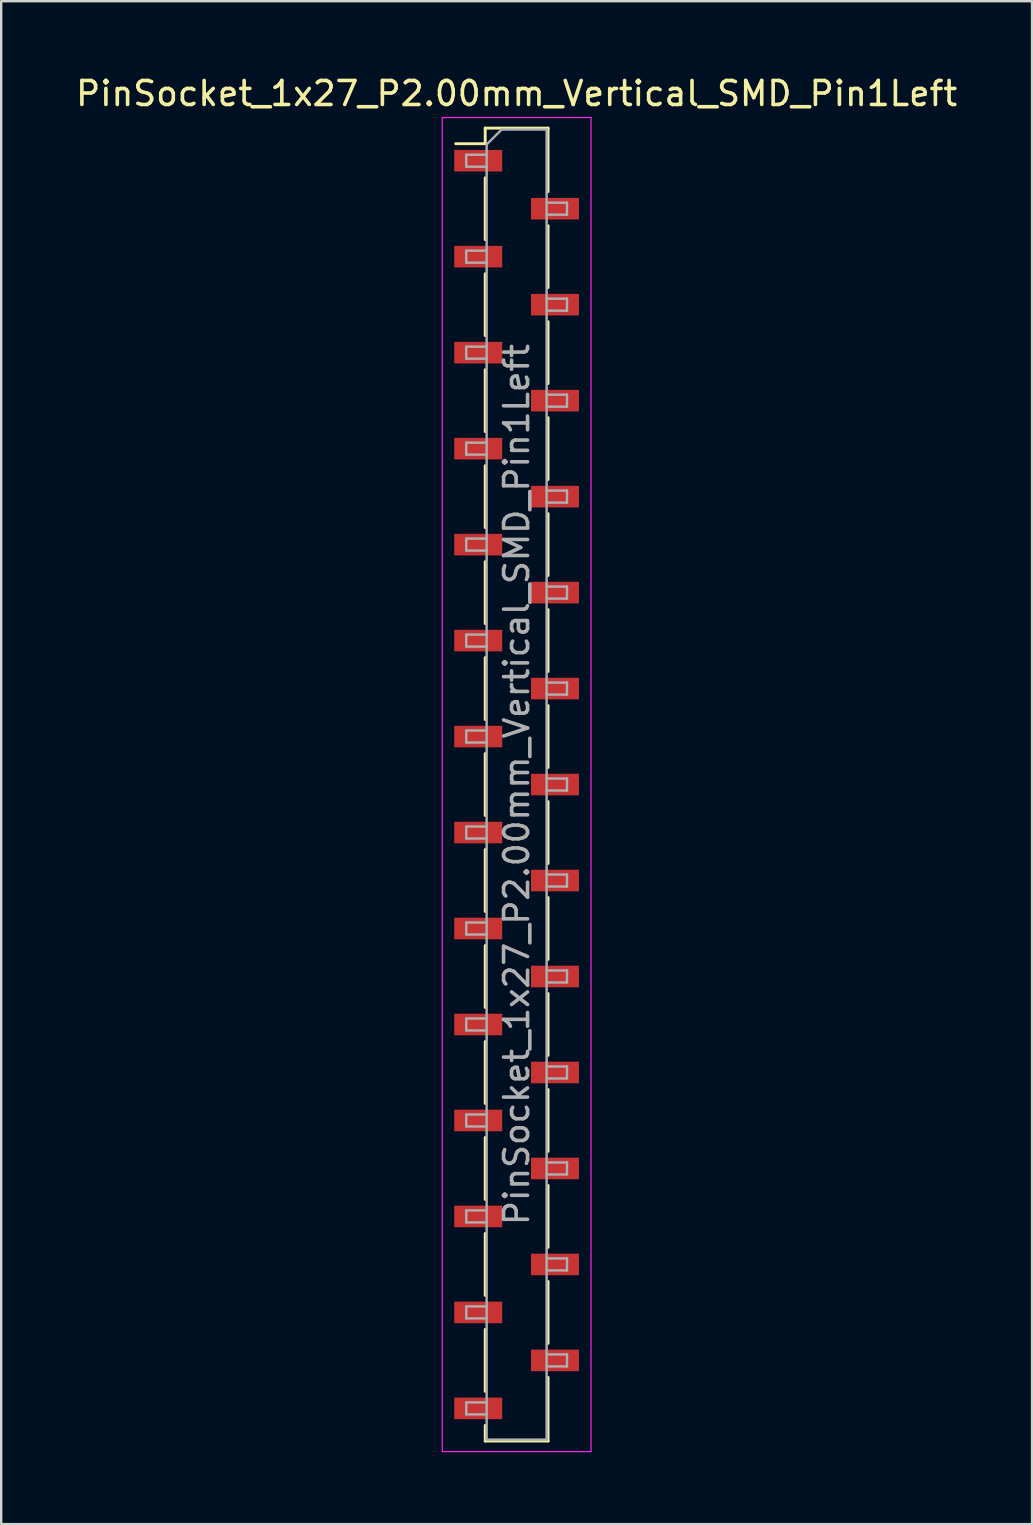
<source format=kicad_pcb>
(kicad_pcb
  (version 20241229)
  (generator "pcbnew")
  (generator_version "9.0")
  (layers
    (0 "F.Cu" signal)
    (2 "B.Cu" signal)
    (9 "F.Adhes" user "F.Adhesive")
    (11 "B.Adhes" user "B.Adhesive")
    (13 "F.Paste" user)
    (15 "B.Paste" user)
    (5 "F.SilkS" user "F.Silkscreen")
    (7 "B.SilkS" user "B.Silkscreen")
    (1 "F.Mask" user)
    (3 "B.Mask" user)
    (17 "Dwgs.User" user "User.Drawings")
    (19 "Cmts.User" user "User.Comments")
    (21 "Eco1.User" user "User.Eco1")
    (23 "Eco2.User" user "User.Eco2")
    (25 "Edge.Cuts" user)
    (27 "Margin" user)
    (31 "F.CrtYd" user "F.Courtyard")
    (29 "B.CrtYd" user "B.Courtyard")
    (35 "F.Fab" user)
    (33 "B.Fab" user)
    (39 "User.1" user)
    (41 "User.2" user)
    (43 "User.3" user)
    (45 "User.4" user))
  (footprint "PinSocket_1x27_P2.00mm_Vertical_SMD_Pin1Left"
    (layer "F.Cu")
    (at 18.482 29.648)
    (property "Reference" "PinSocket_1x27_P2.00mm_Vertical_SMD_Pin1Left" (at 0 -28.8 0) (layer "F.SilkS") (effects (font (size 1 1) (thickness 0.15))))
    (attr smd)
    (fp_line (start -2.54 -26.71) (end -1.31 -26.71) (stroke (width 0.12) (type solid)) (layer "F.SilkS"))
    (fp_line (start -1.31 -27.36) (end -1.31 -26.71) (stroke (width 0.12) (type solid)) (layer "F.SilkS"))
    (fp_line (start -1.31 -27.36) (end 1.31 -27.36) (stroke (width 0.12) (type solid)) (layer "F.SilkS"))
    (fp_line (start -1.31 -25.29) (end -1.31 -22.71) (stroke (width 0.12) (type solid)) (layer "F.SilkS"))
    (fp_line (start -1.31 -21.29) (end -1.31 -18.71) (stroke (width 0.12) (type solid)) (layer "F.SilkS"))
    (fp_line (start -1.31 -17.29) (end -1.31 -14.71) (stroke (width 0.12) (type solid)) (layer "F.SilkS"))
    (fp_line (start -1.31 -13.29) (end -1.31 -10.71) (stroke (width 0.12) (type solid)) (layer "F.SilkS"))
    (fp_line (start -1.31 -9.29) (end -1.31 -6.71) (stroke (width 0.12) (type solid)) (layer "F.SilkS"))
    (fp_line (start -1.31 -5.29) (end -1.31 -2.71) (stroke (width 0.12) (type solid)) (layer "F.SilkS"))
    (fp_line (start -1.31 -1.29) (end -1.31 1.29) (stroke (width 0.12) (type solid)) (layer "F.SilkS"))
    (fp_line (start -1.31 2.71) (end -1.31 5.29) (stroke (width 0.12) (type solid)) (layer "F.SilkS"))
    (fp_line (start -1.31 6.71) (end -1.31 9.29) (stroke (width 0.12) (type solid)) (layer "F.SilkS"))
    (fp_line (start -1.31 10.71) (end -1.31 13.29) (stroke (width 0.12) (type solid)) (layer "F.SilkS"))
    (fp_line (start -1.31 14.71) (end -1.31 17.29) (stroke (width 0.12) (type solid)) (layer "F.SilkS"))
    (fp_line (start -1.31 18.71) (end -1.31 21.29) (stroke (width 0.12) (type solid)) (layer "F.SilkS"))
    (fp_line (start -1.31 22.71) (end -1.31 25.29) (stroke (width 0.12) (type solid)) (layer "F.SilkS"))
    (fp_line (start -1.31 26.71) (end -1.31 27.36) (stroke (width 0.12) (type solid)) (layer "F.SilkS"))
    (fp_line (start -1.31 27.36) (end 1.31 27.36) (stroke (width 0.12) (type solid)) (layer "F.SilkS"))
    (fp_line (start 1.31 -27.36) (end 1.31 -24.71) (stroke (width 0.12) (type solid)) (layer "F.SilkS"))
    (fp_line (start 1.31 -23.29) (end 1.31 -20.71) (stroke (width 0.12) (type solid)) (layer "F.SilkS"))
    (fp_line (start 1.31 -19.29) (end 1.31 -16.71) (stroke (width 0.12) (type solid)) (layer "F.SilkS"))
    (fp_line (start 1.31 -15.29) (end 1.31 -12.71) (stroke (width 0.12) (type solid)) (layer "F.SilkS"))
    (fp_line (start 1.31 -11.29) (end 1.31 -8.71) (stroke (width 0.12) (type solid)) (layer "F.SilkS"))
    (fp_line (start 1.31 -7.29) (end 1.31 -4.71) (stroke (width 0.12) (type solid)) (layer "F.SilkS"))
    (fp_line (start 1.31 -3.29) (end 1.31 -0.71) (stroke (width 0.12) (type solid)) (layer "F.SilkS"))
    (fp_line (start 1.31 0.71) (end 1.31 3.29) (stroke (width 0.12) (type solid)) (layer "F.SilkS"))
    (fp_line (start 1.31 4.71) (end 1.31 7.29) (stroke (width 0.12) (type solid)) (layer "F.SilkS"))
    (fp_line (start 1.31 8.71) (end 1.31 11.29) (stroke (width 0.12) (type solid)) (layer "F.SilkS"))
    (fp_line (start 1.31 12.71) (end 1.31 15.29) (stroke (width 0.12) (type solid)) (layer "F.SilkS"))
    (fp_line (start 1.31 16.71) (end 1.31 19.29) (stroke (width 0.12) (type solid)) (layer "F.SilkS"))
    (fp_line (start 1.31 20.71) (end 1.31 23.29) (stroke (width 0.12) (type solid)) (layer "F.SilkS"))
    (fp_line (start 1.31 24.71) (end 1.31 27.36) (stroke (width 0.12) (type solid)) (layer "F.SilkS"))
    (fp_line (start -3.1 -27.8) (end 3.1 -27.8) (stroke (width 0.05) (type solid)) (layer "F.CrtYd"))
    (fp_line (start -3.1 27.8) (end -3.1 -27.8) (stroke (width 0.05) (type solid)) (layer "F.CrtYd"))
    (fp_line (start 3.1 -27.8) (end 3.1 27.8) (stroke (width 0.05) (type solid)) (layer "F.CrtYd"))
    (fp_line (start 3.1 27.8) (end -3.1 27.8) (stroke (width 0.05) (type solid)) (layer "F.CrtYd"))
    (fp_line (start -2.1 -26.25) (end -1.25 -26.25) (stroke (width 0.1) (type solid)) (layer "F.Fab"))
    (fp_line (start -2.1 -25.75) (end -2.1 -26.25) (stroke (width 0.1) (type solid)) (layer "F.Fab"))
    (fp_line (start -2.1 -22.25) (end -1.25 -22.25) (stroke (width 0.1) (type solid)) (layer "F.Fab"))
    (fp_line (start -2.1 -21.75) (end -2.1 -22.25) (stroke (width 0.1) (type solid)) (layer "F.Fab"))
    (fp_line (start -2.1 -18.25) (end -1.25 -18.25) (stroke (width 0.1) (type solid)) (layer "F.Fab"))
    (fp_line (start -2.1 -17.75) (end -2.1 -18.25) (stroke (width 0.1) (type solid)) (layer "F.Fab"))
    (fp_line (start -2.1 -14.25) (end -1.25 -14.25) (stroke (width 0.1) (type solid)) (layer "F.Fab"))
    (fp_line (start -2.1 -13.75) (end -2.1 -14.25) (stroke (width 0.1) (type solid)) (layer "F.Fab"))
    (fp_line (start -2.1 -10.25) (end -1.25 -10.25) (stroke (width 0.1) (type solid)) (layer "F.Fab"))
    (fp_line (start -2.1 -9.75) (end -2.1 -10.25) (stroke (width 0.1) (type solid)) (layer "F.Fab"))
    (fp_line (start -2.1 -6.25) (end -1.25 -6.25) (stroke (width 0.1) (type solid)) (layer "F.Fab"))
    (fp_line (start -2.1 -5.75) (end -2.1 -6.25) (stroke (width 0.1) (type solid)) (layer "F.Fab"))
    (fp_line (start -2.1 -2.25) (end -1.25 -2.25) (stroke (width 0.1) (type solid)) (layer "F.Fab"))
    (fp_line (start -2.1 -1.75) (end -2.1 -2.25) (stroke (width 0.1) (type solid)) (layer "F.Fab"))
    (fp_line (start -2.1 1.75) (end -1.25 1.75) (stroke (width 0.1) (type solid)) (layer "F.Fab"))
    (fp_line (start -2.1 2.25) (end -2.1 1.75) (stroke (width 0.1) (type solid)) (layer "F.Fab"))
    (fp_line (start -2.1 5.75) (end -1.25 5.75) (stroke (width 0.1) (type solid)) (layer "F.Fab"))
    (fp_line (start -2.1 6.25) (end -2.1 5.75) (stroke (width 0.1) (type solid)) (layer "F.Fab"))
    (fp_line (start -2.1 9.75) (end -1.25 9.75) (stroke (width 0.1) (type solid)) (layer "F.Fab"))
    (fp_line (start -2.1 10.25) (end -2.1 9.75) (stroke (width 0.1) (type solid)) (layer "F.Fab"))
    (fp_line (start -2.1 13.75) (end -1.25 13.75) (stroke (width 0.1) (type solid)) (layer "F.Fab"))
    (fp_line (start -2.1 14.25) (end -2.1 13.75) (stroke (width 0.1) (type solid)) (layer "F.Fab"))
    (fp_line (start -2.1 17.75) (end -1.25 17.75) (stroke (width 0.1) (type solid)) (layer "F.Fab"))
    (fp_line (start -2.1 18.25) (end -2.1 17.75) (stroke (width 0.1) (type solid)) (layer "F.Fab"))
    (fp_line (start -2.1 21.75) (end -1.25 21.75) (stroke (width 0.1) (type solid)) (layer "F.Fab"))
    (fp_line (start -2.1 22.25) (end -2.1 21.75) (stroke (width 0.1) (type solid)) (layer "F.Fab"))
    (fp_line (start -2.1 25.75) (end -1.25 25.75) (stroke (width 0.1) (type solid)) (layer "F.Fab"))
    (fp_line (start -2.1 26.25) (end -2.1 25.75) (stroke (width 0.1) (type solid)) (layer "F.Fab"))
    (fp_line (start -1.25 -26.675) (end -0.625 -27.3) (stroke (width 0.1) (type solid)) (layer "F.Fab"))
    (fp_line (start -1.25 -25.75) (end -2.1 -25.75) (stroke (width 0.1) (type solid)) (layer "F.Fab"))
    (fp_line (start -1.25 -21.75) (end -2.1 -21.75) (stroke (width 0.1) (type solid)) (layer "F.Fab"))
    (fp_line (start -1.25 -17.75) (end -2.1 -17.75) (stroke (width 0.1) (type solid)) (layer "F.Fab"))
    (fp_line (start -1.25 -13.75) (end -2.1 -13.75) (stroke (width 0.1) (type solid)) (layer "F.Fab"))
    (fp_line (start -1.25 -9.75) (end -2.1 -9.75) (stroke (width 0.1) (type solid)) (layer "F.Fab"))
    (fp_line (start -1.25 -5.75) (end -2.1 -5.75) (stroke (width 0.1) (type solid)) (layer "F.Fab"))
    (fp_line (start -1.25 -1.75) (end -2.1 -1.75) (stroke (width 0.1) (type solid)) (layer "F.Fab"))
    (fp_line (start -1.25 2.25) (end -2.1 2.25) (stroke (width 0.1) (type solid)) (layer "F.Fab"))
    (fp_line (start -1.25 6.25) (end -2.1 6.25) (stroke (width 0.1) (type solid)) (layer "F.Fab"))
    (fp_line (start -1.25 10.25) (end -2.1 10.25) (stroke (width 0.1) (type solid)) (layer "F.Fab"))
    (fp_line (start -1.25 14.25) (end -2.1 14.25) (stroke (width 0.1) (type solid)) (layer "F.Fab"))
    (fp_line (start -1.25 18.25) (end -2.1 18.25) (stroke (width 0.1) (type solid)) (layer "F.Fab"))
    (fp_line (start -1.25 22.25) (end -2.1 22.25) (stroke (width 0.1) (type solid)) (layer "F.Fab"))
    (fp_line (start -1.25 26.25) (end -2.1 26.25) (stroke (width 0.1) (type solid)) (layer "F.Fab"))
    (fp_line (start -1.25 27.3) (end -1.25 -26.675) (stroke (width 0.1) (type solid)) (layer "F.Fab"))
    (fp_line (start -0.625 -27.3) (end 1.25 -27.3) (stroke (width 0.1) (type solid)) (layer "F.Fab"))
    (fp_line (start 1.25 -27.3) (end 1.25 27.3) (stroke (width 0.1) (type solid)) (layer "F.Fab"))
    (fp_line (start 1.25 -24.25) (end 2.1 -24.25) (stroke (width 0.1) (type solid)) (layer "F.Fab"))
    (fp_line (start 1.25 -20.25) (end 2.1 -20.25) (stroke (width 0.1) (type solid)) (layer "F.Fab"))
    (fp_line (start 1.25 -16.25) (end 2.1 -16.25) (stroke (width 0.1) (type solid)) (layer "F.Fab"))
    (fp_line (start 1.25 -12.25) (end 2.1 -12.25) (stroke (width 0.1) (type solid)) (layer "F.Fab"))
    (fp_line (start 1.25 -8.25) (end 2.1 -8.25) (stroke (width 0.1) (type solid)) (layer "F.Fab"))
    (fp_line (start 1.25 -4.25) (end 2.1 -4.25) (stroke (width 0.1) (type solid)) (layer "F.Fab"))
    (fp_line (start 1.25 -0.25) (end 2.1 -0.25) (stroke (width 0.1) (type solid)) (layer "F.Fab"))
    (fp_line (start 1.25 3.75) (end 2.1 3.75) (stroke (width 0.1) (type solid)) (layer "F.Fab"))
    (fp_line (start 1.25 7.75) (end 2.1 7.75) (stroke (width 0.1) (type solid)) (layer "F.Fab"))
    (fp_line (start 1.25 11.75) (end 2.1 11.75) (stroke (width 0.1) (type solid)) (layer "F.Fab"))
    (fp_line (start 1.25 15.75) (end 2.1 15.75) (stroke (width 0.1) (type solid)) (layer "F.Fab"))
    (fp_line (start 1.25 19.75) (end 2.1 19.75) (stroke (width 0.1) (type solid)) (layer "F.Fab"))
    (fp_line (start 1.25 23.75) (end 2.1 23.75) (stroke (width 0.1) (type solid)) (layer "F.Fab"))
    (fp_line (start 1.25 27.3) (end -1.25 27.3) (stroke (width 0.1) (type solid)) (layer "F.Fab"))
    (fp_line (start 2.1 -24.25) (end 2.1 -23.75) (stroke (width 0.1) (type solid)) (layer "F.Fab"))
    (fp_line (start 2.1 -23.75) (end 1.25 -23.75) (stroke (width 0.1) (type solid)) (layer "F.Fab"))
    (fp_line (start 2.1 -20.25) (end 2.1 -19.75) (stroke (width 0.1) (type solid)) (layer "F.Fab"))
    (fp_line (start 2.1 -19.75) (end 1.25 -19.75) (stroke (width 0.1) (type solid)) (layer "F.Fab"))
    (fp_line (start 2.1 -16.25) (end 2.1 -15.75) (stroke (width 0.1) (type solid)) (layer "F.Fab"))
    (fp_line (start 2.1 -15.75) (end 1.25 -15.75) (stroke (width 0.1) (type solid)) (layer "F.Fab"))
    (fp_line (start 2.1 -12.25) (end 2.1 -11.75) (stroke (width 0.1) (type solid)) (layer "F.Fab"))
    (fp_line (start 2.1 -11.75) (end 1.25 -11.75) (stroke (width 0.1) (type solid)) (layer "F.Fab"))
    (fp_line (start 2.1 -8.25) (end 2.1 -7.75) (stroke (width 0.1) (type solid)) (layer "F.Fab"))
    (fp_line (start 2.1 -7.75) (end 1.25 -7.75) (stroke (width 0.1) (type solid)) (layer "F.Fab"))
    (fp_line (start 2.1 -4.25) (end 2.1 -3.75) (stroke (width 0.1) (type solid)) (layer "F.Fab"))
    (fp_line (start 2.1 -3.75) (end 1.25 -3.75) (stroke (width 0.1) (type solid)) (layer "F.Fab"))
    (fp_line (start 2.1 -0.25) (end 2.1 0.25) (stroke (width 0.1) (type solid)) (layer "F.Fab"))
    (fp_line (start 2.1 0.25) (end 1.25 0.25) (stroke (width 0.1) (type solid)) (layer "F.Fab"))
    (fp_line (start 2.1 3.75) (end 2.1 4.25) (stroke (width 0.1) (type solid)) (layer "F.Fab"))
    (fp_line (start 2.1 4.25) (end 1.25 4.25) (stroke (width 0.1) (type solid)) (layer "F.Fab"))
    (fp_line (start 2.1 7.75) (end 2.1 8.25) (stroke (width 0.1) (type solid)) (layer "F.Fab"))
    (fp_line (start 2.1 8.25) (end 1.25 8.25) (stroke (width 0.1) (type solid)) (layer "F.Fab"))
    (fp_line (start 2.1 11.75) (end 2.1 12.25) (stroke (width 0.1) (type solid)) (layer "F.Fab"))
    (fp_line (start 2.1 12.25) (end 1.25 12.25) (stroke (width 0.1) (type solid)) (layer "F.Fab"))
    (fp_line (start 2.1 15.75) (end 2.1 16.25) (stroke (width 0.1) (type solid)) (layer "F.Fab"))
    (fp_line (start 2.1 16.25) (end 1.25 16.25) (stroke (width 0.1) (type solid)) (layer "F.Fab"))
    (fp_line (start 2.1 19.75) (end 2.1 20.25) (stroke (width 0.1) (type solid)) (layer "F.Fab"))
    (fp_line (start 2.1 20.25) (end 1.25 20.25) (stroke (width 0.1) (type solid)) (layer "F.Fab"))
    (fp_line (start 2.1 23.75) (end 2.1 24.25) (stroke (width 0.1) (type solid)) (layer "F.Fab"))
    (fp_line (start 2.1 24.25) (end 1.25 24.25) (stroke (width 0.1) (type solid)) (layer "F.Fab"))
    (fp_text user "${REFERENCE}" (at 0 0 90) (layer "F.Fab") (effects (font (size 1 1) (thickness 0.15))))
    (pad "1" smd rect (at -1.6 -26) (size 2 0.9) (layers "F.Cu" "F.Mask" "F.Paste"))
    (pad "2" smd rect (at 1.6 -24) (size 2 0.9) (layers "F.Cu" "F.Mask" "F.Paste"))
    (pad "3" smd rect (at -1.6 -22) (size 2 0.9) (layers "F.Cu" "F.Mask" "F.Paste"))
    (pad "4" smd rect (at 1.6 -20) (size 2 0.9) (layers "F.Cu" "F.Mask" "F.Paste"))
    (pad "5" smd rect (at -1.6 -18) (size 2 0.9) (layers "F.Cu" "F.Mask" "F.Paste"))
    (pad "6" smd rect (at 1.6 -16) (size 2 0.9) (layers "F.Cu" "F.Mask" "F.Paste"))
    (pad "7" smd rect (at -1.6 -14) (size 2 0.9) (layers "F.Cu" "F.Mask" "F.Paste"))
    (pad "8" smd rect (at 1.6 -12) (size 2 0.9) (layers "F.Cu" "F.Mask" "F.Paste"))
    (pad "9" smd rect (at -1.6 -10) (size 2 0.9) (layers "F.Cu" "F.Mask" "F.Paste"))
    (pad "10" smd rect (at 1.6 -8) (size 2 0.9) (layers "F.Cu" "F.Mask" "F.Paste"))
    (pad "11" smd rect (at -1.6 -6) (size 2 0.9) (layers "F.Cu" "F.Mask" "F.Paste"))
    (pad "12" smd rect (at 1.6 -4) (size 2 0.9) (layers "F.Cu" "F.Mask" "F.Paste"))
    (pad "13" smd rect (at -1.6 -2) (size 2 0.9) (layers "F.Cu" "F.Mask" "F.Paste"))
    (pad "14" smd rect (at 1.6 0) (size 2 0.9) (layers "F.Cu" "F.Mask" "F.Paste"))
    (pad "15" smd rect (at -1.6 2) (size 2 0.9) (layers "F.Cu" "F.Mask" "F.Paste"))
    (pad "16" smd rect (at 1.6 4) (size 2 0.9) (layers "F.Cu" "F.Mask" "F.Paste"))
    (pad "17" smd rect (at -1.6 6) (size 2 0.9) (layers "F.Cu" "F.Mask" "F.Paste"))
    (pad "18" smd rect (at 1.6 8) (size 2 0.9) (layers "F.Cu" "F.Mask" "F.Paste"))
    (pad "19" smd rect (at -1.6 10) (size 2 0.9) (layers "F.Cu" "F.Mask" "F.Paste"))
    (pad "20" smd rect (at 1.6 12) (size 2 0.9) (layers "F.Cu" "F.Mask" "F.Paste"))
    (pad "21" smd rect (at -1.6 14) (size 2 0.9) (layers "F.Cu" "F.Mask" "F.Paste"))
    (pad "22" smd rect (at 1.6 16) (size 2 0.9) (layers "F.Cu" "F.Mask" "F.Paste"))
    (pad "23" smd rect (at -1.6 18) (size 2 0.9) (layers "F.Cu" "F.Mask" "F.Paste"))
    (pad "24" smd rect (at 1.6 20) (size 2 0.9) (layers "F.Cu" "F.Mask" "F.Paste"))
    (pad "25" smd rect (at -1.6 22) (size 2 0.9) (layers "F.Cu" "F.Mask" "F.Paste"))
    (pad "26" smd rect (at 1.6 24) (size 2 0.9) (layers "F.Cu" "F.Mask" "F.Paste"))
    (pad "27" smd rect (at -1.6 26) (size 2 0.9) (layers "F.Cu" "F.Mask" "F.Paste")))
  (gr_rect
    (start -3 -3)
    (end 39.964 60.473)
    (stroke (width 0.1) (type default))
    (fill no)
    (layer "Edge.Cuts")))
</source>
